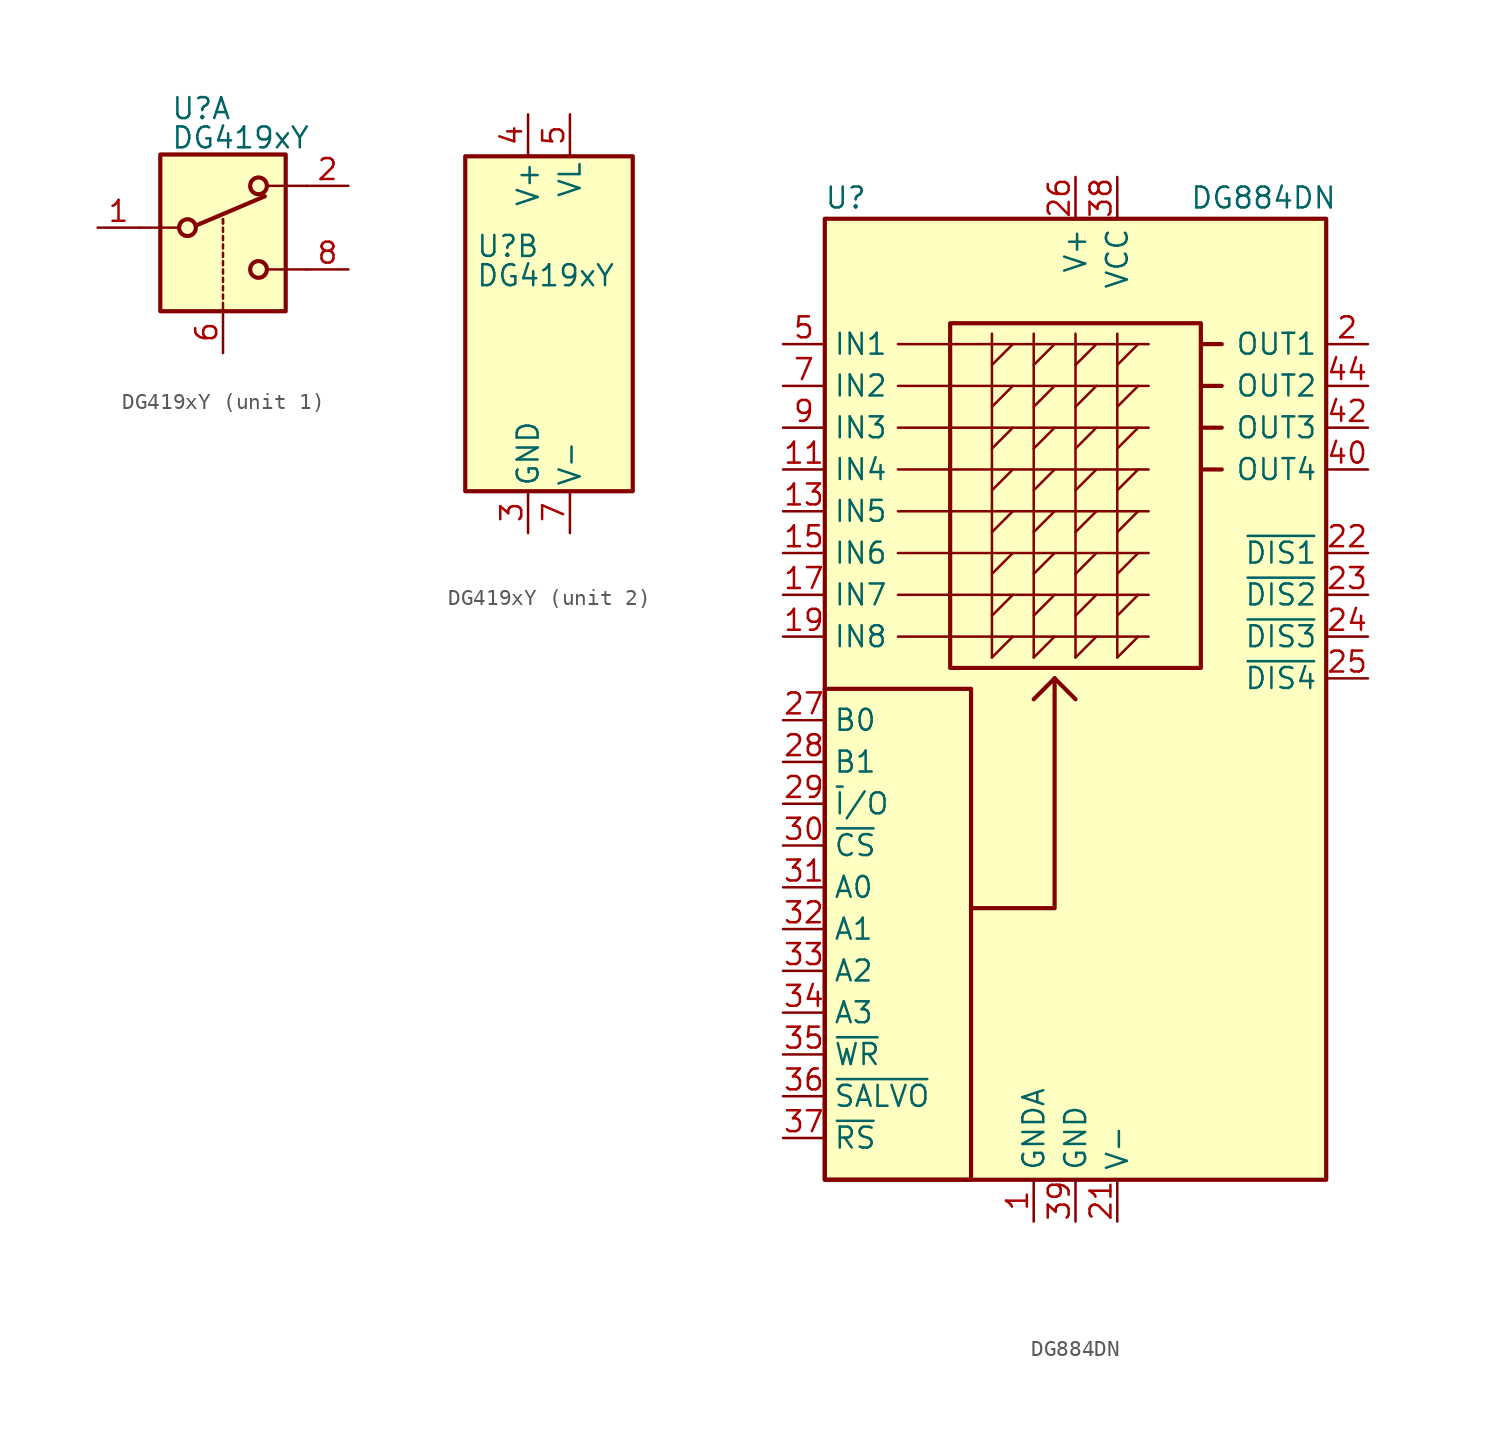
<source format=kicad_sym>
(kicad_symbol_lib
  (version 20201005)
  (generator kicad_symbol_editor)
  (symbol "DG419xY"
    (pin_names
      (offset 0.254))
    (property "Reference" "U"
      (at -3.175 4.699 0)
      (effects (font (size 1.27 1.27)) (justify left)))
    (property "Value" "DG419xY"
      (at -3.175 2.921 0)
      (effects (font (size 1.27 1.27)) (justify left)))
    (symbol "DG419xY_1_1"
      (circle (center -2.159 -2.54) (radius 0.508) (stroke (width 0.254)) (fill (type none)))
      (circle (center 2.159 -5.08) (radius 0.508) (stroke (width 0.254)) (fill (type none)))
      (circle (center 2.159 0) (radius 0.508) (stroke (width 0.254)) (fill (type none)))
      (rectangle (start -3.81 1.905) (end 3.81 -7.62) (stroke (width 0.254)) (fill (type background)))
      (polyline (pts (xy -5.08 -2.54) (xy -2.794 -2.54)) (stroke (width 0)) (fill (type none)))
      (polyline (pts (xy -1.651 -2.413) (xy 2.54 -0.635)) (stroke (width 0.254)) (fill (type none)))
      (polyline (pts (xy 0 -7.62) (xy 0 -7.112)) (stroke (width 0)) (fill (type none)))
      (polyline (pts (xy 0 -6.858) (xy 0 -6.604)) (stroke (width 0)) (fill (type none)))
      (polyline (pts (xy 0 -6.35) (xy 0 -6.096)) (stroke (width 0)) (fill (type none)))
      (polyline (pts (xy 0 -5.842) (xy 0 -5.588)) (stroke (width 0)) (fill (type none)))
      (polyline (pts (xy 0 -5.334) (xy 0 -5.08)) (stroke (width 0)) (fill (type none)))
      (polyline (pts (xy 0 -4.826) (xy 0 -4.572)) (stroke (width 0)) (fill (type none)))
      (polyline (pts (xy 0 -4.318) (xy 0 -4.064)) (stroke (width 0)) (fill (type none)))
      (polyline (pts (xy 0 -3.81) (xy 0 -3.556)) (stroke (width 0)) (fill (type none)))
      (polyline (pts (xy 0 -3.302) (xy 0 -3.048)) (stroke (width 0)) (fill (type none)))
      (polyline (pts (xy 0 -2.794) (xy 0 -2.54)) (stroke (width 0)) (fill (type none)))
      (polyline (pts (xy 0 -2.286) (xy 0 -2.032)) (stroke (width 0)) (fill (type none)))
      (polyline (pts (xy 0 -2.286) (xy 0 -2.032)) (stroke (width 0)) (fill (type none)))
      (polyline (pts (xy 5.08 -5.08) (xy 2.794 -5.08)) (stroke (width 0)) (fill (type none)))
      (polyline (pts (xy 5.08 0) (xy 2.794 0)) (stroke (width 0)) (fill (type none)))
      (pin passive line (at -7.62 -2.54 0) (length 2.54) (name "~" (effects (font (size 1.27 1.27)))) (number "1" (effects (font (size 1.27 1.27)))))
      (pin passive line (at 7.62 0 180) (length 2.54) (name "~" (effects (font (size 1.27 1.27)))) (number "2" (effects (font (size 1.27 1.27)))))
      (pin input line (at 0 -10.16 90) (length 2.54) (name "~" (effects (font (size 1.27 1.27)))) (number "6" (effects (font (size 1.27 1.27)))))
      (pin passive line (at 7.62 -5.08 180) (length 2.54) (name "~" (effects (font (size 1.27 1.27)))) (number "8" (effects (font (size 1.27 1.27))))))
    (symbol "DG419xY_2_0"
      (pin power_in line (at 0 -12.7 90) (length 2.54) (name "GND" (effects (font (size 1.27 1.27)))) (number "3" (effects (font (size 1.27 1.27)))))
      (pin power_in line (at 0 12.7 270) (length 2.54) (name "V+" (effects (font (size 1.27 1.27)))) (number "4" (effects (font (size 1.27 1.27)))))
      (pin power_in line (at 2.54 12.7 270) (length 2.54) (name "VL" (effects (font (size 1.27 1.27)))) (number "5" (effects (font (size 1.27 1.27)))))
      (pin power_in line (at 2.54 -12.7 90) (length 2.54) (name "V-" (effects (font (size 1.27 1.27)))) (number "7" (effects (font (size 1.27 1.27))))))
    (symbol "DG419xY_2_1"
      (rectangle (start -3.81 10.16) (end 6.35 -10.16) (stroke (width 0.254)) (fill (type background)))))
  (symbol "DG884DN"
    (property "Reference" "U"
      (at -13.97 34.29 0)
      (effects (font (size 1.27 1.27))))
    (property "Value" "DG884DN"
      (at 11.43 34.29 0)
      (effects (font (size 1.27 1.27))))
    (symbol "DG884DN_0_1"
      (rectangle (start -15.24 -25.4) (end 15.24 33.02) (stroke (width 0.254)) (fill (type background)))
      (rectangle (start -15.24 4.445) (end -6.35 -25.4) (stroke (width 0.254)) (fill (type none)))
      (rectangle (start -7.62 26.67) (end 7.62 5.715) (stroke (width 0.254)) (fill (type none)))
      (polyline (pts (xy -10.795 7.62) (xy 4.445 7.62)) (stroke (width 0)) (fill (type none)))
      (polyline (pts (xy -10.795 10.16) (xy 4.445 10.16)) (stroke (width 0)) (fill (type none)))
      (polyline (pts (xy -10.795 12.7) (xy 4.445 12.7)) (stroke (width 0)) (fill (type none)))
      (polyline (pts (xy -10.795 15.24) (xy 4.445 15.24)) (stroke (width 0)) (fill (type none)))
      (polyline (pts (xy -10.795 17.78) (xy 4.445 17.78)) (stroke (width 0)) (fill (type none)))
      (polyline (pts (xy -10.795 20.32) (xy 4.445 20.32)) (stroke (width 0)) (fill (type none)))
      (polyline (pts (xy -10.795 22.86) (xy 4.445 22.86)) (stroke (width 0)) (fill (type none)))
      (polyline (pts (xy -10.795 25.4) (xy 4.445 25.4)) (stroke (width 0)) (fill (type none)))
      (polyline (pts (xy -5.08 6.35) (xy -3.81 7.62)) (stroke (width 0)) (fill (type none)))
      (polyline (pts (xy -5.08 8.89) (xy -3.81 10.16)) (stroke (width 0)) (fill (type none)))
      (polyline (pts (xy -5.08 11.43) (xy -3.81 12.7)) (stroke (width 0)) (fill (type none)))
      (polyline (pts (xy -5.08 13.97) (xy -3.81 15.24)) (stroke (width 0)) (fill (type none)))
      (polyline (pts (xy -5.08 16.51) (xy -3.81 17.78)) (stroke (width 0)) (fill (type none)))
      (polyline (pts (xy -5.08 19.05) (xy -3.81 20.32)) (stroke (width 0)) (fill (type none)))
      (polyline (pts (xy -5.08 21.59) (xy -3.81 22.86)) (stroke (width 0)) (fill (type none)))
      (polyline (pts (xy -5.08 24.13) (xy -3.81 25.4)) (stroke (width 0)) (fill (type none)))
      (polyline (pts (xy -5.08 26.035) (xy -5.08 6.35)) (stroke (width 0)) (fill (type none)))
      (polyline (pts (xy -2.54 6.35) (xy -1.27 7.62)) (stroke (width 0)) (fill (type none)))
      (polyline (pts (xy -2.54 8.89) (xy -1.27 10.16)) (stroke (width 0)) (fill (type none)))
      (polyline (pts (xy -2.54 11.43) (xy -1.27 12.7)) (stroke (width 0)) (fill (type none)))
      (polyline (pts (xy -2.54 13.97) (xy -1.27 15.24)) (stroke (width 0)) (fill (type none)))
      (polyline (pts (xy -2.54 16.51) (xy -1.27 17.78)) (stroke (width 0)) (fill (type none)))
      (polyline (pts (xy -2.54 19.05) (xy -1.27 20.32)) (stroke (width 0)) (fill (type none)))
      (polyline (pts (xy -2.54 21.59) (xy -1.27 22.86)) (stroke (width 0)) (fill (type none)))
      (polyline (pts (xy -2.54 24.13) (xy -1.27 25.4)) (stroke (width 0)) (fill (type none)))
      (polyline (pts (xy -2.54 26.035) (xy -2.54 6.35)) (stroke (width 0)) (fill (type none)))
      (polyline (pts (xy -1.27 5.08) (xy -2.54 3.81)) (stroke (width 0.254)) (fill (type none)))
      (polyline (pts (xy -1.27 5.08) (xy 0 3.81)) (stroke (width 0.254)) (fill (type none)))
      (polyline (pts (xy 0 6.35) (xy 1.27 7.62)) (stroke (width 0)) (fill (type none)))
      (polyline (pts (xy 0 8.89) (xy 1.27 10.16)) (stroke (width 0)) (fill (type none)))
      (polyline (pts (xy 0 11.43) (xy 1.27 12.7)) (stroke (width 0)) (fill (type none)))
      (polyline (pts (xy 0 13.97) (xy 1.27 15.24)) (stroke (width 0)) (fill (type none)))
      (polyline (pts (xy 0 16.51) (xy 1.27 17.78)) (stroke (width 0)) (fill (type none)))
      (polyline (pts (xy 0 19.05) (xy 1.27 20.32)) (stroke (width 0)) (fill (type none)))
      (polyline (pts (xy 0 21.59) (xy 1.27 22.86)) (stroke (width 0)) (fill (type none)))
      (polyline (pts (xy 0 24.13) (xy 1.27 25.4)) (stroke (width 0)) (fill (type none)))
      (polyline (pts (xy 0 26.035) (xy 0 6.35)) (stroke (width 0)) (fill (type none)))
      (polyline (pts (xy 2.54 6.35) (xy 3.81 7.62)) (stroke (width 0)) (fill (type none)))
      (polyline (pts (xy 2.54 8.89) (xy 3.81 10.16)) (stroke (width 0)) (fill (type none)))
      (polyline (pts (xy 2.54 11.43) (xy 3.81 12.7)) (stroke (width 0)) (fill (type none)))
      (polyline (pts (xy 2.54 13.97) (xy 3.81 15.24)) (stroke (width 0)) (fill (type none)))
      (polyline (pts (xy 2.54 16.51) (xy 3.81 17.78)) (stroke (width 0)) (fill (type none)))
      (polyline (pts (xy 2.54 19.05) (xy 3.81 20.32)) (stroke (width 0)) (fill (type none)))
      (polyline (pts (xy 2.54 21.59) (xy 3.81 22.86)) (stroke (width 0)) (fill (type none)))
      (polyline (pts (xy 2.54 24.13) (xy 3.81 25.4)) (stroke (width 0)) (fill (type none)))
      (polyline (pts (xy 2.54 26.035) (xy 2.54 6.35)) (stroke (width 0)) (fill (type none)))
      (polyline (pts (xy 7.62 20.32) (xy 8.89 20.32)) (stroke (width 0.254)) (fill (type none)))
      (polyline (pts (xy 7.62 22.86) (xy 8.89 22.86)) (stroke (width 0.254)) (fill (type none)))
      (polyline (pts (xy 8.89 17.78) (xy 7.62 17.78)) (stroke (width 0.254)) (fill (type none)))
      (polyline (pts (xy 8.89 25.4) (xy 7.62 25.4)) (stroke (width 0.254)) (fill (type none)))
      (polyline (pts (xy -6.35 -8.89) (xy -1.27 -8.89) (xy -1.27 5.08)) (stroke (width 0.254)) (fill (type none))))
    (symbol "DG884DN_1_1"
      (pin power_in line (at -2.54 -27.94 90) (length 2.54) (name "GNDA" (effects (font (size 1.27 1.27)))) (number "1" (effects (font (size 1.27 1.27)))))
      (pin passive line (at -2.54 -27.94 90) (length 2.54) hide (name "GNDA" (effects (font (size 1.27 1.27)))) (number "10" (effects (font (size 1.27 1.27)))))
      (pin input line (at -17.78 17.78 0) (length 2.54) (name "IN4" (effects (font (size 1.27 1.27)))) (number "11" (effects (font (size 1.27 1.27)))))
      (pin passive line (at -2.54 -27.94 90) (length 2.54) hide (name "GNDA" (effects (font (size 1.27 1.27)))) (number "12" (effects (font (size 1.27 1.27)))))
      (pin input line (at -17.78 15.24 0) (length 2.54) (name "IN5" (effects (font (size 1.27 1.27)))) (number "13" (effects (font (size 1.27 1.27)))))
      (pin passive line (at -2.54 -27.94 90) (length 2.54) hide (name "GNDA" (effects (font (size 1.27 1.27)))) (number "14" (effects (font (size 1.27 1.27)))))
      (pin input line (at -17.78 12.7 0) (length 2.54) (name "IN6" (effects (font (size 1.27 1.27)))) (number "15" (effects (font (size 1.27 1.27)))))
      (pin passive line (at -2.54 -27.94 90) (length 2.54) hide (name "GNDA" (effects (font (size 1.27 1.27)))) (number "16" (effects (font (size 1.27 1.27)))))
      (pin input line (at -17.78 10.16 0) (length 2.54) (name "IN7" (effects (font (size 1.27 1.27)))) (number "17" (effects (font (size 1.27 1.27)))))
      (pin passive line (at -2.54 -27.94 90) (length 2.54) hide (name "GNDA" (effects (font (size 1.27 1.27)))) (number "18" (effects (font (size 1.27 1.27)))))
      (pin input line (at -17.78 7.62 0) (length 2.54) (name "IN8" (effects (font (size 1.27 1.27)))) (number "19" (effects (font (size 1.27 1.27)))))
      (pin output line (at 17.78 25.4 180) (length 2.54) (name "OUT1" (effects (font (size 1.27 1.27)))) (number "2" (effects (font (size 1.27 1.27)))))
      (pin passive line (at -2.54 -27.94 90) (length 2.54) hide (name "GNDA" (effects (font (size 1.27 1.27)))) (number "20" (effects (font (size 1.27 1.27)))))
      (pin passive line (at 2.54 -27.94 90) (length 2.54) (name "V-" (effects (font (size 1.27 1.27)))) (number "21" (effects (font (size 1.27 1.27)))))
      (pin open_collector line (at 17.78 12.7 180) (length 2.54) (name "~DIS1" (effects (font (size 1.27 1.27)))) (number "22" (effects (font (size 1.27 1.27)))))
      (pin open_collector line (at 17.78 10.16 180) (length 2.54) (name "~DIS2" (effects (font (size 1.27 1.27)))) (number "23" (effects (font (size 1.27 1.27)))))
      (pin open_collector line (at 17.78 7.62 180) (length 2.54) (name "~DIS3" (effects (font (size 1.27 1.27)))) (number "24" (effects (font (size 1.27 1.27)))))
      (pin open_collector line (at 17.78 5.08 180) (length 2.54) (name "~DIS4" (effects (font (size 1.27 1.27)))) (number "25" (effects (font (size 1.27 1.27)))))
      (pin passive line (at 0 35.56 270) (length 2.54) (name "V+" (effects (font (size 1.27 1.27)))) (number "26" (effects (font (size 1.27 1.27)))))
      (pin input line (at -17.78 2.54 0) (length 2.54) (name "B0" (effects (font (size 1.27 1.27)))) (number "27" (effects (font (size 1.27 1.27)))))
      (pin input line (at -17.78 0 0) (length 2.54) (name "B1" (effects (font (size 1.27 1.27)))) (number "28" (effects (font (size 1.27 1.27)))))
      (pin input line (at -17.78 -2.54 0) (length 2.54) (name "~I~/O" (effects (font (size 1.27 1.27)))) (number "29" (effects (font (size 1.27 1.27)))))
      (pin passive line (at -2.54 -27.94 90) (length 2.54) hide (name "GNDA" (effects (font (size 1.27 1.27)))) (number "3" (effects (font (size 1.27 1.27)))))
      (pin input line (at -17.78 -5.08 0) (length 2.54) (name "~CS" (effects (font (size 1.27 1.27)))) (number "30" (effects (font (size 1.27 1.27)))))
      (pin input line (at -17.78 -7.62 0) (length 2.54) (name "A0" (effects (font (size 1.27 1.27)))) (number "31" (effects (font (size 1.27 1.27)))))
      (pin input line (at -17.78 -10.16 0) (length 2.54) (name "A1" (effects (font (size 1.27 1.27)))) (number "32" (effects (font (size 1.27 1.27)))))
      (pin input line (at -17.78 -12.7 0) (length 2.54) (name "A2" (effects (font (size 1.27 1.27)))) (number "33" (effects (font (size 1.27 1.27)))))
      (pin input line (at -17.78 -15.24 0) (length 2.54) (name "A3" (effects (font (size 1.27 1.27)))) (number "34" (effects (font (size 1.27 1.27)))))
      (pin input line (at -17.78 -17.78 0) (length 2.54) (name "~WR" (effects (font (size 1.27 1.27)))) (number "35" (effects (font (size 1.27 1.27)))))
      (pin input line (at -17.78 -20.32 0) (length 2.54) (name "~SALVO" (effects (font (size 1.27 1.27)))) (number "36" (effects (font (size 1.27 1.27)))))
      (pin input line (at -17.78 -22.86 0) (length 2.54) (name "~RS" (effects (font (size 1.27 1.27)))) (number "37" (effects (font (size 1.27 1.27)))))
      (pin power_in line (at 2.54 35.56 270) (length 2.54) (name "VCC" (effects (font (size 1.27 1.27)))) (number "38" (effects (font (size 1.27 1.27)))))
      (pin power_in line (at 0 -27.94 90) (length 2.54) (name "GND" (effects (font (size 1.27 1.27)))) (number "39" (effects (font (size 1.27 1.27)))))
      (pin passive line (at -2.54 -27.94 90) (length 2.54) hide (name "GNDA" (effects (font (size 1.27 1.27)))) (number "4" (effects (font (size 1.27 1.27)))))
      (pin output line (at 17.78 17.78 180) (length 2.54) (name "OUT4" (effects (font (size 1.27 1.27)))) (number "40" (effects (font (size 1.27 1.27)))))
      (pin passive line (at -2.54 -27.94 90) (length 2.54) hide (name "GNDA" (effects (font (size 1.27 1.27)))) (number "41" (effects (font (size 1.27 1.27)))))
      (pin output line (at 17.78 20.32 180) (length 2.54) (name "OUT3" (effects (font (size 1.27 1.27)))) (number "42" (effects (font (size 1.27 1.27)))))
      (pin passive line (at -2.54 -27.94 90) (length 2.54) hide (name "GNDA" (effects (font (size 1.27 1.27)))) (number "43" (effects (font (size 1.27 1.27)))))
      (pin output line (at 17.78 22.86 180) (length 2.54) (name "OUT2" (effects (font (size 1.27 1.27)))) (number "44" (effects (font (size 1.27 1.27)))))
      (pin input line (at -17.78 25.4 0) (length 2.54) (name "IN1" (effects (font (size 1.27 1.27)))) (number "5" (effects (font (size 1.27 1.27)))))
      (pin passive line (at -2.54 -27.94 90) (length 2.54) hide (name "GNDA" (effects (font (size 1.27 1.27)))) (number "6" (effects (font (size 1.27 1.27)))))
      (pin input line (at -17.78 22.86 0) (length 2.54) (name "IN2" (effects (font (size 1.27 1.27)))) (number "7" (effects (font (size 1.27 1.27)))))
      (pin passive line (at -2.54 -27.94 90) (length 2.54) hide (name "GNDA" (effects (font (size 1.27 1.27)))) (number "8" (effects (font (size 1.27 1.27)))))
      (pin input line (at -17.78 20.32 0) (length 2.54) (name "IN3" (effects (font (size 1.27 1.27)))) (number "9" (effects (font (size 1.27 1.27))))))))
</source>
